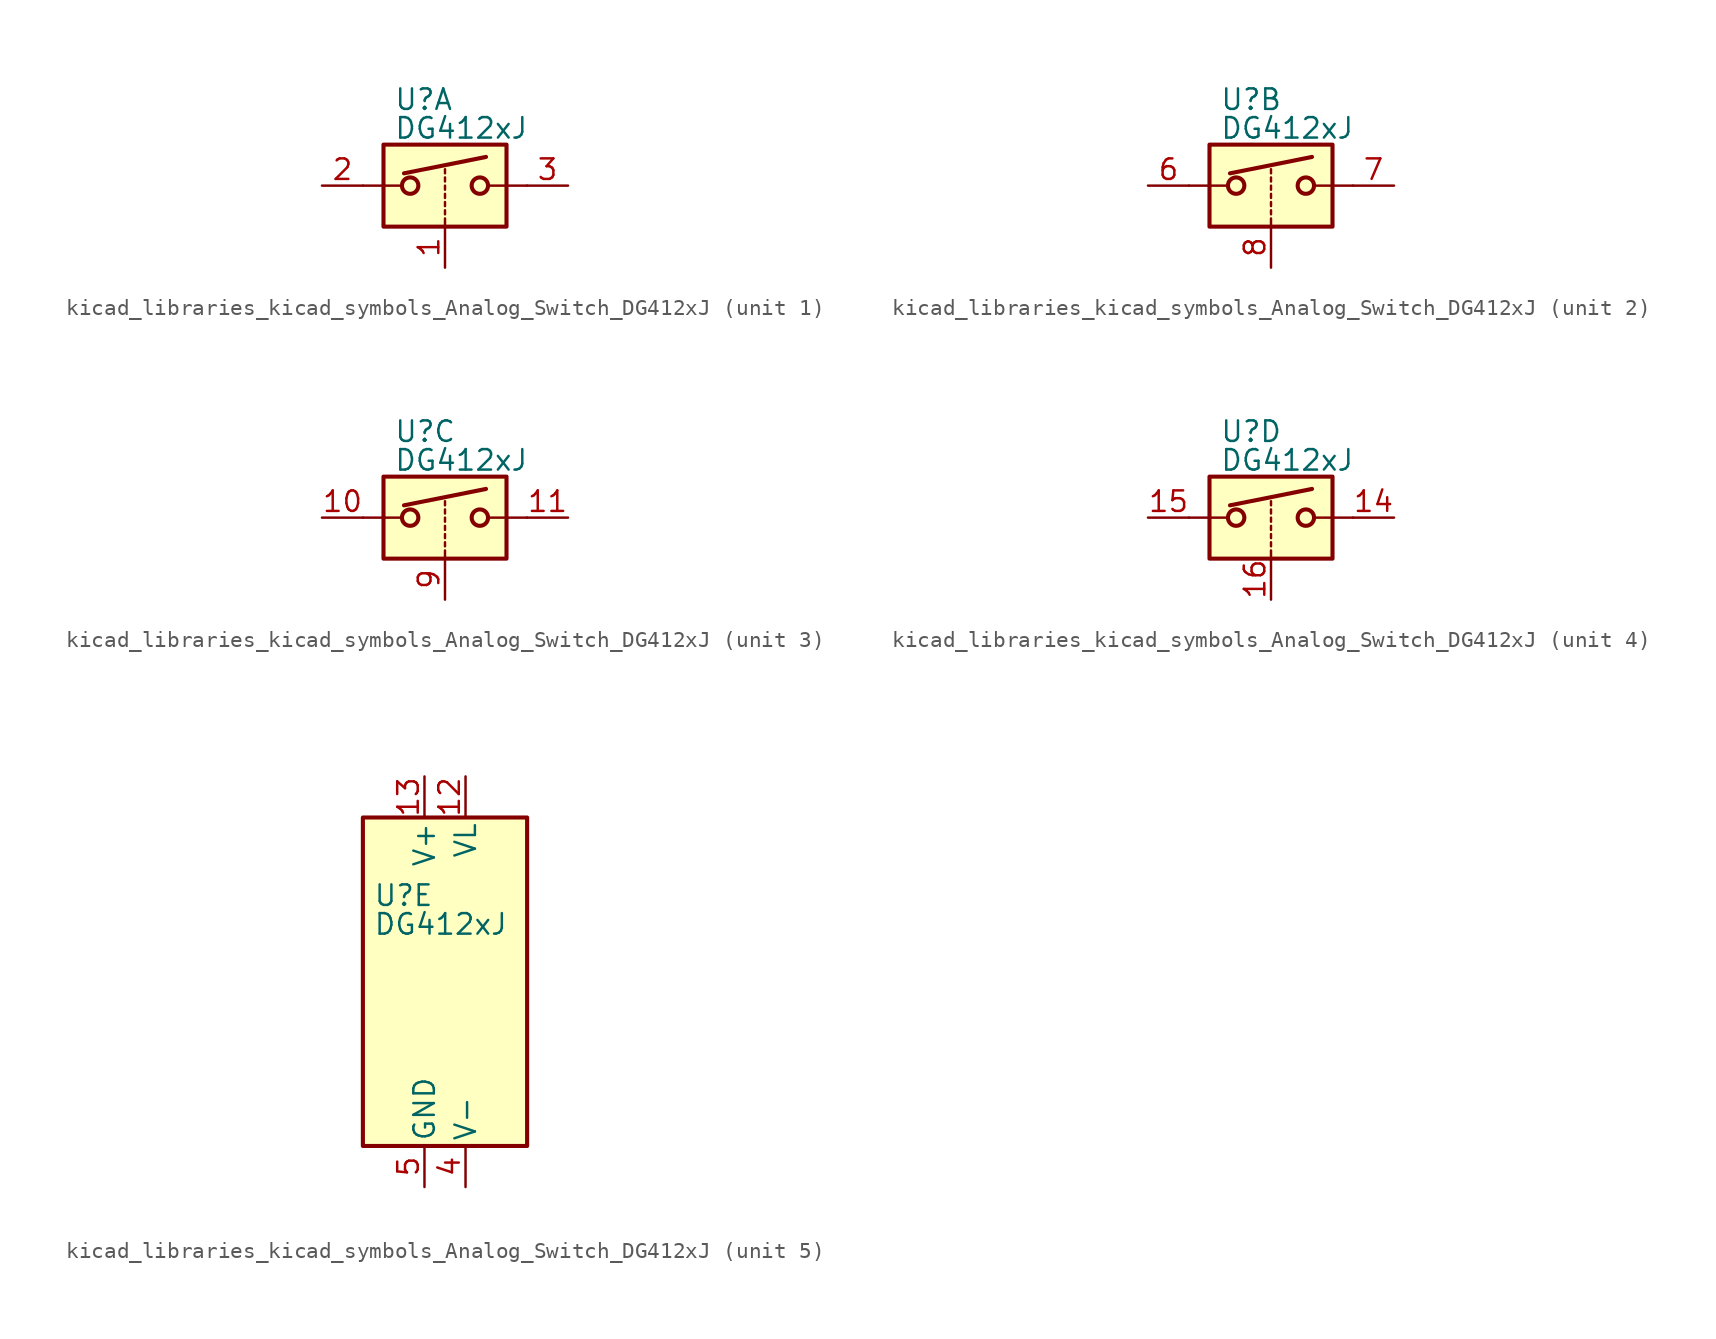
<source format=kicad_sym>
(kicad_symbol_lib
  (version 20220914)
  (generator kicad_symbol_editor)
  (symbol "kicad_libraries_kicad_symbols_Analog_Switch_DG412xJ"
    (pin_names
      (offset 0.254))
    (property "Reference" "U"
      (at -3.175 5.334 0)
      (effects (font (size 1.27 1.27)) (justify left)))
    (property "Value" "DG412xJ"
      (at -3.175 3.556 0)
      (effects (font (size 1.27 1.27)) (justify left)))
    (symbol "kicad_libraries_kicad_symbols_Analog_Switch_DG412xJ_1_1"
      (rectangle (start -3.81 2.54) (end 3.81 -2.54) (stroke (width 0.254) (type default)) (fill (type background)))
      (circle (center -2.159 0) (radius 0.508) (stroke (width 0.254) (type default)) (fill (type none)))
      (polyline (pts (xy -5.08 0) (xy -2.794 0)) (stroke (width 0) (type default)) (fill (type none)))
      (polyline (pts (xy -2.54 0.762) (xy 2.54 1.778)) (stroke (width 0.254) (type default)) (fill (type none)))
      (polyline (pts (xy 0 -2.54) (xy 0 -2.032)) (stroke (width 0) (type default)) (fill (type none)))
      (polyline (pts (xy 0 -1.778) (xy 0 -1.524)) (stroke (width 0) (type default)) (fill (type none)))
      (polyline (pts (xy 0 -1.27) (xy 0 -1.016)) (stroke (width 0) (type default)) (fill (type none)))
      (polyline (pts (xy 0 -0.762) (xy 0 -0.508)) (stroke (width 0) (type default)) (fill (type none)))
      (polyline (pts (xy 0 -0.254) (xy 0 0)) (stroke (width 0) (type default)) (fill (type none)))
      (polyline (pts (xy 0 0.254) (xy 0 0.508)) (stroke (width 0) (type default)) (fill (type none)))
      (polyline (pts (xy 0 0.762) (xy 0 1.016)) (stroke (width 0) (type default)) (fill (type none)))
      (polyline (pts (xy 5.08 0) (xy 2.794 0)) (stroke (width 0) (type default)) (fill (type none)))
      (circle (center 2.159 0) (radius 0.508) (stroke (width 0.254) (type default)) (fill (type none)))
      (pin input line (at 0 -5.08 90) (length 2.54) (name "~" (effects (font (size 1.27 1.27)))) (number "1" (effects (font (size 1.27 1.27)))))
      (pin passive line (at -7.62 0 0) (length 2.54) (name "~" (effects (font (size 1.27 1.27)))) (number "2" (effects (font (size 1.27 1.27)))))
      (pin passive line (at 7.62 0 180) (length 2.54) (name "~" (effects (font (size 1.27 1.27)))) (number "3" (effects (font (size 1.27 1.27))))))
    (symbol "kicad_libraries_kicad_symbols_Analog_Switch_DG412xJ_2_1"
      (rectangle (start -3.81 2.54) (end 3.81 -2.54) (stroke (width 0.254) (type default)) (fill (type background)))
      (circle (center -2.159 0) (radius 0.508) (stroke (width 0.254) (type default)) (fill (type none)))
      (polyline (pts (xy -5.08 0) (xy -2.794 0)) (stroke (width 0) (type default)) (fill (type none)))
      (polyline (pts (xy -2.54 0.762) (xy 2.54 1.778)) (stroke (width 0.254) (type default)) (fill (type none)))
      (polyline (pts (xy 0 -2.54) (xy 0 -2.032)) (stroke (width 0) (type default)) (fill (type none)))
      (polyline (pts (xy 0 -1.778) (xy 0 -1.524)) (stroke (width 0) (type default)) (fill (type none)))
      (polyline (pts (xy 0 -1.27) (xy 0 -1.016)) (stroke (width 0) (type default)) (fill (type none)))
      (polyline (pts (xy 0 -0.762) (xy 0 -0.508)) (stroke (width 0) (type default)) (fill (type none)))
      (polyline (pts (xy 0 -0.254) (xy 0 0)) (stroke (width 0) (type default)) (fill (type none)))
      (polyline (pts (xy 0 0.254) (xy 0 0.508)) (stroke (width 0) (type default)) (fill (type none)))
      (polyline (pts (xy 0 0.762) (xy 0 1.016)) (stroke (width 0) (type default)) (fill (type none)))
      (polyline (pts (xy 5.08 0) (xy 2.794 0)) (stroke (width 0) (type default)) (fill (type none)))
      (circle (center 2.159 0) (radius 0.508) (stroke (width 0.254) (type default)) (fill (type none)))
      (pin passive line (at -7.62 0 0) (length 2.54) (name "~" (effects (font (size 1.27 1.27)))) (number "6" (effects (font (size 1.27 1.27)))))
      (pin passive line (at 7.62 0 180) (length 2.54) (name "~" (effects (font (size 1.27 1.27)))) (number "7" (effects (font (size 1.27 1.27)))))
      (pin input line (at 0 -5.08 90) (length 2.54) (name "~" (effects (font (size 1.27 1.27)))) (number "8" (effects (font (size 1.27 1.27))))))
    (symbol "kicad_libraries_kicad_symbols_Analog_Switch_DG412xJ_3_1"
      (rectangle (start -3.81 2.54) (end 3.81 -2.54) (stroke (width 0.254) (type default)) (fill (type background)))
      (circle (center -2.159 0) (radius 0.508) (stroke (width 0.254) (type default)) (fill (type none)))
      (polyline (pts (xy -5.08 0) (xy -2.794 0)) (stroke (width 0) (type default)) (fill (type none)))
      (polyline (pts (xy -2.54 0.762) (xy 2.54 1.778)) (stroke (width 0.254) (type default)) (fill (type none)))
      (polyline (pts (xy 0 -2.54) (xy 0 -2.032)) (stroke (width 0) (type default)) (fill (type none)))
      (polyline (pts (xy 0 -1.778) (xy 0 -1.524)) (stroke (width 0) (type default)) (fill (type none)))
      (polyline (pts (xy 0 -1.27) (xy 0 -1.016)) (stroke (width 0) (type default)) (fill (type none)))
      (polyline (pts (xy 0 -0.762) (xy 0 -0.508)) (stroke (width 0) (type default)) (fill (type none)))
      (polyline (pts (xy 0 -0.254) (xy 0 0)) (stroke (width 0) (type default)) (fill (type none)))
      (polyline (pts (xy 0 0.254) (xy 0 0.508)) (stroke (width 0) (type default)) (fill (type none)))
      (polyline (pts (xy 0 0.762) (xy 0 1.016)) (stroke (width 0) (type default)) (fill (type none)))
      (polyline (pts (xy 5.08 0) (xy 2.794 0)) (stroke (width 0) (type default)) (fill (type none)))
      (circle (center 2.159 0) (radius 0.508) (stroke (width 0.254) (type default)) (fill (type none)))
      (pin passive line (at -7.62 0 0) (length 2.54) (name "~" (effects (font (size 1.27 1.27)))) (number "10" (effects (font (size 1.27 1.27)))))
      (pin passive line (at 7.62 0 180) (length 2.54) (name "~" (effects (font (size 1.27 1.27)))) (number "11" (effects (font (size 1.27 1.27)))))
      (pin input line (at 0 -5.08 90) (length 2.54) (name "~" (effects (font (size 1.27 1.27)))) (number "9" (effects (font (size 1.27 1.27))))))
    (symbol "kicad_libraries_kicad_symbols_Analog_Switch_DG412xJ_4_1"
      (rectangle (start -3.81 2.54) (end 3.81 -2.54) (stroke (width 0.254) (type default)) (fill (type background)))
      (circle (center -2.159 0) (radius 0.508) (stroke (width 0.254) (type default)) (fill (type none)))
      (polyline (pts (xy -5.08 0) (xy -2.794 0)) (stroke (width 0) (type default)) (fill (type none)))
      (polyline (pts (xy -2.54 0.762) (xy 2.54 1.778)) (stroke (width 0.254) (type default)) (fill (type none)))
      (polyline (pts (xy 0 -2.54) (xy 0 -2.032)) (stroke (width 0) (type default)) (fill (type none)))
      (polyline (pts (xy 0 -1.778) (xy 0 -1.524)) (stroke (width 0) (type default)) (fill (type none)))
      (polyline (pts (xy 0 -1.27) (xy 0 -1.016)) (stroke (width 0) (type default)) (fill (type none)))
      (polyline (pts (xy 0 -0.762) (xy 0 -0.508)) (stroke (width 0) (type default)) (fill (type none)))
      (polyline (pts (xy 0 -0.254) (xy 0 0)) (stroke (width 0) (type default)) (fill (type none)))
      (polyline (pts (xy 0 0.254) (xy 0 0.508)) (stroke (width 0) (type default)) (fill (type none)))
      (polyline (pts (xy 0 0.762) (xy 0 1.016)) (stroke (width 0) (type default)) (fill (type none)))
      (polyline (pts (xy 5.08 0) (xy 2.794 0)) (stroke (width 0) (type default)) (fill (type none)))
      (circle (center 2.159 0) (radius 0.508) (stroke (width 0.254) (type default)) (fill (type none)))
      (pin passive line (at 7.62 0 180) (length 2.54) (name "~" (effects (font (size 1.27 1.27)))) (number "14" (effects (font (size 1.27 1.27)))))
      (pin passive line (at -7.62 0 0) (length 2.54) (name "~" (effects (font (size 1.27 1.27)))) (number "15" (effects (font (size 1.27 1.27)))))
      (pin input line (at 0 -5.08 90) (length 2.54) (name "~" (effects (font (size 1.27 1.27)))) (number "16" (effects (font (size 1.27 1.27))))))
    (symbol "kicad_libraries_kicad_symbols_Analog_Switch_DG412xJ_5_0"
      (pin power_in line (at 2.54 12.7 270) (length 2.54) (name "VL" (effects (font (size 1.27 1.27)))) (number "12" (effects (font (size 1.27 1.27)))))
      (pin power_in line (at 0 12.7 270) (length 2.54) (name "V+" (effects (font (size 1.27 1.27)))) (number "13" (effects (font (size 1.27 1.27)))))
      (pin power_in line (at 2.54 -12.7 90) (length 2.54) (name "V-" (effects (font (size 1.27 1.27)))) (number "4" (effects (font (size 1.27 1.27)))))
      (pin power_in line (at 0 -12.7 90) (length 2.54) (name "GND" (effects (font (size 1.27 1.27)))) (number "5" (effects (font (size 1.27 1.27))))))
    (symbol "kicad_libraries_kicad_symbols_Analog_Switch_DG412xJ_5_1"
      (rectangle (start -3.81 10.16) (end 6.35 -10.16) (stroke (width 0.254) (type default)) (fill (type background))))))
</source>
